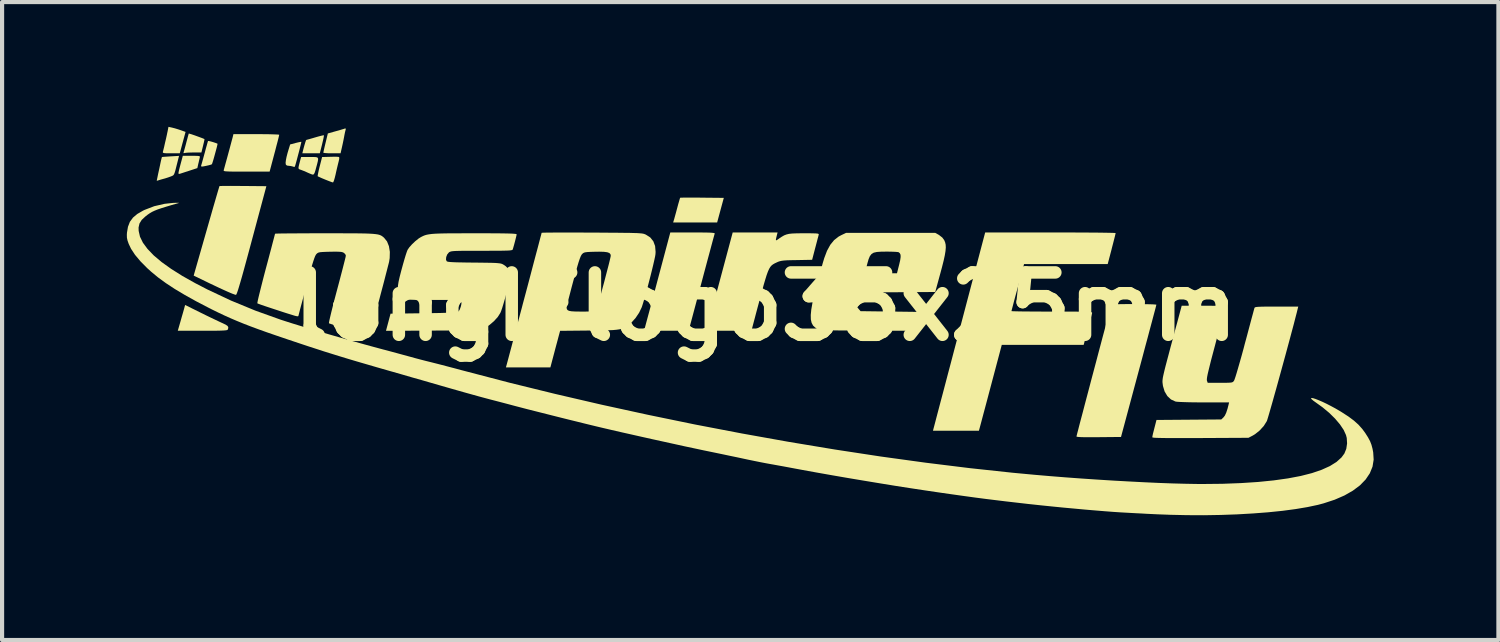
<source format=kicad_pcb>
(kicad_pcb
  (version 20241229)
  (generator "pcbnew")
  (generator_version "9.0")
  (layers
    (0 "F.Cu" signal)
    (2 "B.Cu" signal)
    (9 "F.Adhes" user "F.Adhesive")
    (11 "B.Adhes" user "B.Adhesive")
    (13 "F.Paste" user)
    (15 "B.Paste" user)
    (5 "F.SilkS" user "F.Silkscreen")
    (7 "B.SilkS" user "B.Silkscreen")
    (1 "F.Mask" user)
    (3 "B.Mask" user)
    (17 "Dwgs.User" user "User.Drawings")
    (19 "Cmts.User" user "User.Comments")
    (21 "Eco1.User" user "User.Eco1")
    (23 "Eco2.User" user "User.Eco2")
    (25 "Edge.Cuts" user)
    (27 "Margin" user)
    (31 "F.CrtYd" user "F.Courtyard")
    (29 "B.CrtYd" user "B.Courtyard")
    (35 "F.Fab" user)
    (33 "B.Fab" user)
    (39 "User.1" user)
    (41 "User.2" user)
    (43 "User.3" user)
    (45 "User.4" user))
  (footprint "longIFlogo35x25mm"
    (layer "F.Cu")
    (at 15.362 4.322)
    (property "Reference" "longIFlogo35x25mm" (at 0 0 0) (layer "F.SilkS") (effects (font (size 1.5 1.5) (thickness 0.3))))
    (attr board_only exclude_from_pos_files exclude_from_bom)
    (fp_poly (pts (xy -10.625 -4.098) (xy -10.634 -4.046) (xy -10.651 -3.972) (xy -10.668 -3.899) (xy -10.722 -3.686) (xy -10.932 -3.686) (xy -11.142 -3.686) (xy -11.129 -3.741) (xy -11.111 -3.811) (xy -11.091 -3.883) (xy -11.072 -3.946) (xy -11.057 -3.991) (xy -11.049 -4.006) (xy -11.029 -4.012) (xy -10.978 -4.026) (xy -10.905 -4.047) (xy -10.837 -4.067) (xy -10.753 -4.091) (xy -10.683 -4.109) (xy -10.638 -4.119) (xy -10.624 -4.12)) (stroke (width 0) (type solid)) (fill yes) (layer "F.SilkS"))
    (fp_poly (pts (xy -14.277 -4.304) (xy -14.21 -4.287) (xy -14.128 -4.262) (xy -14.071 -4.243) (xy -13.95 -4.2) (xy -14.02 -3.943) (xy -14.089 -3.686) (xy -14.297 -3.686) (xy -14.391 -3.686) (xy -14.45 -3.689) (xy -14.483 -3.695) (xy -14.496 -3.705) (xy -14.496 -3.72) (xy -14.496 -3.721) (xy -14.483 -3.77) (xy -14.464 -3.847) (xy -14.443 -3.941) (xy -14.42 -4.038) (xy -14.4 -4.129) (xy -14.385 -4.202) (xy -14.383 -4.209) (xy -14.361 -4.322)) (stroke (width 0) (type solid)) (fill yes) (layer "F.SilkS"))
    (fp_poly (pts (xy -1.657 -2.621) (xy -1.528 -2.619) (xy -1.008 -2.614) (xy -1.088 -2.319) (xy -1.168 -2.023) (xy -1.697 -2.023) (xy -2.226 -2.023) (xy -2.212 -2.068) (xy -2.201 -2.104) (xy -2.183 -2.17) (xy -2.159 -2.256) (xy -2.133 -2.354) (xy -2.131 -2.361) (xy -2.106 -2.455) (xy -2.083 -2.534) (xy -2.067 -2.59) (xy -2.058 -2.616) (xy -2.057 -2.617) (xy -2.036 -2.619) (xy -1.98 -2.62) (xy -1.894 -2.621) (xy -1.785 -2.621)) (stroke (width 0) (type solid)) (fill yes) (layer "F.SilkS"))
    (fp_poly (pts (xy -13.713 -3.625) (xy -13.653 -3.623) (xy -13.62 -3.618) (xy -13.606 -3.609) (xy -13.606 -3.593) (xy -13.609 -3.581) (xy -13.62 -3.535) (xy -13.635 -3.469) (xy -13.644 -3.433) (xy -13.667 -3.33) (xy -13.869 -3.264) (xy -13.956 -3.236) (xy -14.029 -3.212) (xy -14.079 -3.196) (xy -14.097 -3.19) (xy -14.12 -3.196) (xy -14.122 -3.206) (xy -14.117 -3.235) (xy -14.104 -3.294) (xy -14.084 -3.372) (xy -14.069 -3.429) (xy -14.016 -3.626) (xy -13.807 -3.626)) (stroke (width 0) (type solid)) (fill yes) (layer "F.SilkS"))
    (fp_poly (pts (xy -10.098 -4.265) (xy -10.103 -4.245) (xy -10.115 -4.198) (xy -10.129 -4.13) (xy -10.137 -4.086) (xy -10.152 -4.008) (xy -10.172 -3.912) (xy -10.19 -3.831) (xy -10.223 -3.686) (xy -10.43 -3.686) (xy -10.515 -3.687) (xy -10.584 -3.691) (xy -10.627 -3.696) (xy -10.637 -3.701) (xy -10.633 -3.725) (xy -10.621 -3.78) (xy -10.603 -3.857) (xy -10.583 -3.94) (xy -10.529 -4.163) (xy -10.348 -4.214) (xy -10.263 -4.237) (xy -10.191 -4.259) (xy -10.141 -4.274) (xy -10.128 -4.279) (xy -10.101 -4.284)) (stroke (width 0) (type solid)) (fill yes) (layer "F.SilkS"))
    (fp_poly (pts (xy -10.809 -3.594) (xy -10.774 -3.581) (xy -10.762 -3.552) (xy -10.769 -3.499) (xy -10.789 -3.417) (xy -10.806 -3.356) (xy -10.83 -3.267) (xy -10.849 -3.211) (xy -10.868 -3.181) (xy -10.888 -3.173) (xy -10.915 -3.179) (xy -10.917 -3.18) (xy -10.952 -3.194) (xy -11.008 -3.218) (xy -11.047 -3.236) (xy -11.113 -3.264) (xy -11.17 -3.286) (xy -11.193 -3.294) (xy -11.219 -3.304) (xy -11.233 -3.32) (xy -11.234 -3.349) (xy -11.223 -3.401) (xy -11.205 -3.472) (xy -11.172 -3.596) (xy -10.964 -3.597) (xy -10.871 -3.597)) (stroke (width 0) (type solid)) (fill yes) (layer "F.SilkS"))
    (fp_poly (pts (xy -11.166 -3.962) (xy -11.169 -3.942) (xy -11.181 -3.891) (xy -11.199 -3.819) (xy -11.221 -3.732) (xy -11.246 -3.639) (xy -11.27 -3.547) (xy -11.292 -3.466) (xy -11.31 -3.403) (xy -11.322 -3.366) (xy -11.323 -3.363) (xy -11.343 -3.359) (xy -11.368 -3.367) (xy -11.421 -3.38) (xy -11.458 -3.384) (xy -11.511 -3.391) (xy -11.538 -3.412) (xy -11.545 -3.456) (xy -11.537 -3.522) (xy -11.522 -3.599) (xy -11.498 -3.692) (xy -11.477 -3.763) (xy -11.435 -3.899) (xy -11.304 -3.934) (xy -11.237 -3.95) (xy -11.188 -3.96) (xy -11.166 -3.962)) (stroke (width 0) (type solid)) (fill yes) (layer "F.SilkS"))
    (fp_poly (pts (xy -13.854 -4.157) (xy -13.807 -4.143) (xy -13.742 -4.121) (xy -13.67 -4.095) (xy -13.599 -4.069) (xy -13.54 -4.047) (xy -13.503 -4.031) (xy -13.495 -4.026) (xy -13.498 -4.003) (xy -13.509 -3.952) (xy -13.526 -3.882) (xy -13.531 -3.861) (xy -13.569 -3.706) (xy -13.754 -3.706) (xy -13.84 -3.704) (xy -13.913 -3.701) (xy -13.962 -3.695) (xy -13.974 -3.692) (xy -13.999 -3.689) (xy -13.997 -3.71) (xy -13.987 -3.742) (xy -13.97 -3.803) (xy -13.948 -3.883) (xy -13.931 -3.949) (xy -13.908 -4.034) (xy -13.89 -4.103) (xy -13.877 -4.148) (xy -13.873 -4.161)) (stroke (width 0) (type solid)) (fill yes) (layer "F.SilkS"))
    (fp_poly (pts (xy -13.586 0.147) (xy -13.462 0.208) (xy -13.34 0.267) (xy -13.229 0.32) (xy -13.136 0.364) (xy -13.07 0.395) (xy -13.066 0.396) (xy -12.987 0.434) (xy -12.942 0.464) (xy -12.923 0.495) (xy -12.927 0.532) (xy -12.933 0.549) (xy -12.94 0.558) (xy -12.957 0.566) (xy -12.988 0.571) (xy -13.037 0.575) (xy -13.108 0.578) (xy -13.206 0.58) (xy -13.334 0.581) (xy -13.497 0.581) (xy -13.541 0.581) (xy -14.137 0.581) (xy -14.069 0.346) (xy -14.041 0.246) (xy -14.014 0.154) (xy -13.993 0.079) (xy -13.981 0.036) (xy -13.961 -0.039)) (stroke (width 0) (type solid)) (fill yes) (layer "F.SilkS"))
    (fp_poly (pts (xy -10.322 -3.603) (xy -10.276 -3.6) (xy -10.265 -3.598) (xy -10.253 -3.582) (xy -10.256 -3.545) (xy -10.271 -3.482) (xy -10.288 -3.414) (xy -10.31 -3.322) (xy -10.333 -3.222) (xy -10.342 -3.18) (xy -10.362 -3.098) (xy -10.381 -3.033) (xy -10.398 -2.993) (xy -10.405 -2.985) (xy -10.432 -2.992) (xy -10.486 -3.012) (xy -10.558 -3.04) (xy -10.595 -3.055) (xy -10.67 -3.086) (xy -10.73 -3.113) (xy -10.766 -3.13) (xy -10.773 -3.134) (xy -10.772 -3.156) (xy -10.762 -3.209) (xy -10.746 -3.285) (xy -10.725 -3.37) (xy -10.667 -3.596) (xy -10.478 -3.601) (xy -10.393 -3.603)) (stroke (width 0) (type solid)) (fill yes) (layer "F.SilkS"))
    (fp_poly (pts (xy -14.146 -3.469) (xy -14.175 -3.354) (xy -14.196 -3.272) (xy -14.213 -3.216) (xy -14.228 -3.18) (xy -14.244 -3.159) (xy -14.264 -3.146) (xy -14.29 -3.135) (xy -14.299 -3.131) (xy -14.365 -3.107) (xy -14.443 -3.082) (xy -14.473 -3.074) (xy -14.538 -3.056) (xy -14.591 -3.04) (xy -14.608 -3.034) (xy -14.637 -3.026) (xy -14.643 -3.028) (xy -14.639 -3.049) (xy -14.628 -3.101) (xy -14.613 -3.174) (xy -14.602 -3.225) (xy -14.581 -3.32) (xy -14.562 -3.41) (xy -14.547 -3.482) (xy -14.542 -3.504) (xy -14.529 -3.558) (xy -14.52 -3.591) (xy -14.518 -3.596) (xy -14.497 -3.599) (xy -14.445 -3.603) (xy -14.37 -3.608) (xy -14.31 -3.612) (xy -14.107 -3.624)) (stroke (width 0) (type solid)) (fill yes) (layer "F.SilkS"))
    (fp_poly (pts (xy -13.39 -3.981) (xy -13.345 -3.971) (xy -13.289 -3.955) (xy -13.234 -3.937) (xy -13.194 -3.922) (xy -13.181 -3.915) (xy -13.186 -3.887) (xy -13.199 -3.831) (xy -13.219 -3.756) (xy -13.242 -3.672) (xy -13.265 -3.588) (xy -13.287 -3.512) (xy -13.305 -3.455) (xy -13.316 -3.425) (xy -13.317 -3.423) (xy -13.342 -3.412) (xy -13.393 -3.398) (xy -13.455 -3.384) (xy -13.515 -3.372) (xy -13.559 -3.366) (xy -13.564 -3.365) (xy -13.577 -3.38) (xy -13.574 -3.395) (xy -13.565 -3.425) (xy -13.548 -3.485) (xy -13.525 -3.568) (xy -13.498 -3.666) (xy -13.488 -3.701) (xy -13.462 -3.8) (xy -13.438 -3.884) (xy -13.421 -3.946) (xy -13.411 -3.979) (xy -13.41 -3.982)) (stroke (width 0) (type solid)) (fill yes) (layer "F.SilkS"))
    (fp_poly (pts (xy -12.105 -4.146) (xy -11.975 -4.145) (xy -11.864 -4.142) (xy -11.778 -4.139) (xy -11.721 -4.136) (xy -11.698 -4.132) (xy -11.698 -4.132) (xy -11.703 -4.109) (xy -11.716 -4.053) (xy -11.737 -3.97) (xy -11.765 -3.865) (xy -11.796 -3.744) (xy -11.813 -3.681) (xy -11.929 -3.245) (xy -12.486 -3.245) (xy -12.65 -3.245) (xy -12.778 -3.246) (xy -12.875 -3.247) (xy -12.944 -3.25) (xy -12.99 -3.253) (xy -13.018 -3.258) (xy -13.031 -3.265) (xy -13.034 -3.274) (xy -13.033 -3.28) (xy -13.023 -3.315) (xy -13.005 -3.38) (xy -12.981 -3.468) (xy -12.952 -3.572) (xy -12.922 -3.683) (xy -12.892 -3.793) (xy -12.865 -3.895) (xy -12.842 -3.981) (xy -12.825 -4.043) (xy -12.82 -4.061) (xy -12.799 -4.147) (xy -12.249 -4.147)) (stroke (width 0) (type solid)) (fill yes) (layer "F.SilkS"))
    (fp_poly (pts (xy -1.589 -1.782) (xy -1.458 -1.781) (xy -1.36 -1.779) (xy -1.292 -1.775) (xy -1.25 -1.77) (xy -1.229 -1.764) (xy -1.226 -1.758) (xy -1.233 -1.734) (xy -1.249 -1.676) (xy -1.274 -1.585) (xy -1.306 -1.466) (xy -1.344 -1.323) (xy -1.389 -1.157) (xy -1.438 -0.974) (xy -1.491 -0.776) (xy -1.544 -0.576) (xy -1.853 0.581) (xy -2.391 0.581) (xy -2.557 0.58) (xy -2.687 0.579) (xy -2.784 0.577) (xy -2.853 0.574) (xy -2.895 0.569) (xy -2.916 0.563) (xy -2.919 0.556) (xy -2.912 0.532) (xy -2.896 0.473) (xy -2.872 0.383) (xy -2.84 0.264) (xy -2.801 0.12) (xy -2.757 -0.045) (xy -2.708 -0.228) (xy -2.655 -0.426) (xy -2.602 -0.626) (xy -2.294 -1.783) (xy -1.756 -1.783)) (stroke (width 0) (type solid)) (fill yes) (layer "F.SilkS"))
    (fp_poly (pts (xy -12.731 -2.901) (xy -12.587 -2.9) (xy -12.567 -2.9) (xy -12.007 -2.895) (xy -12.358 -1.587) (xy -12.43 -1.319) (xy -12.493 -1.087) (xy -12.547 -0.889) (xy -12.593 -0.723) (xy -12.632 -0.588) (xy -12.664 -0.48) (xy -12.689 -0.398) (xy -12.709 -0.34) (xy -12.724 -0.302) (xy -12.735 -0.284) (xy -12.739 -0.282) (xy -12.77 -0.29) (xy -12.828 -0.311) (xy -12.902 -0.342) (xy -12.95 -0.363) (xy -13.032 -0.4) (xy -13.139 -0.449) (xy -13.259 -0.506) (xy -13.382 -0.564) (xy -13.443 -0.594) (xy -13.755 -0.745) (xy -13.448 -1.818) (xy -13.391 -2.017) (xy -13.337 -2.205) (xy -13.288 -2.377) (xy -13.243 -2.531) (xy -13.205 -2.662) (xy -13.174 -2.768) (xy -13.151 -2.845) (xy -13.138 -2.888) (xy -13.134 -2.898) (xy -13.113 -2.899) (xy -13.057 -2.901) (xy -12.971 -2.901) (xy -12.861 -2.902)) (stroke (width 0) (type solid)) (fill yes) (layer "F.SilkS"))
    (fp_poly (pts (xy 8.998 -0.06) (xy 9.126 -0.058) (xy 9.234 -0.056) (xy 9.319 -0.053) (xy 9.374 -0.049) (xy 9.394 -0.045) (xy 9.394 -0.045) (xy 9.388 -0.024) (xy 9.374 0.033) (xy 9.35 0.123) (xy 9.318 0.243) (xy 9.279 0.39) (xy 9.233 0.561) (xy 9.182 0.754) (xy 9.125 0.964) (xy 9.065 1.191) (xy 9.001 1.43) (xy 8.968 1.552) (xy 8.543 3.135) (xy 8.007 3.14) (xy 7.831 3.141) (xy 7.693 3.141) (xy 7.59 3.139) (xy 7.521 3.135) (xy 7.482 3.13) (xy 7.472 3.123) (xy 7.477 3.102) (xy 7.491 3.046) (xy 7.514 2.958) (xy 7.544 2.841) (xy 7.581 2.701) (xy 7.624 2.539) (xy 7.671 2.359) (xy 7.722 2.166) (xy 7.776 1.962) (xy 7.831 1.752) (xy 7.888 1.538) (xy 7.945 1.324) (xy 8 1.114) (xy 8.054 0.911) (xy 8.105 0.718) (xy 8.153 0.54) (xy 8.196 0.38) (xy 8.233 0.242) (xy 8.263 0.128) (xy 8.286 0.042) (xy 8.301 -0.011) (xy 8.305 -0.025) (xy 8.311 -0.036) (xy 8.324 -0.044) (xy 8.35 -0.05) (xy 8.392 -0.054) (xy 8.455 -0.057) (xy 8.543 -0.059) (xy 8.661 -0.06) (xy 8.814 -0.06) (xy 8.855 -0.06)) (stroke (width 0) (type solid)) (fill yes) (layer "F.SilkS"))
    (fp_poly (pts (xy 0.271 -1.728) (xy 0.252 -1.65) (xy 0.244 -1.606) (xy 0.249 -1.592) (xy 0.272 -1.602) (xy 0.316 -1.632) (xy 0.328 -1.641) (xy 0.39 -1.682) (xy 0.444 -1.713) (xy 0.499 -1.734) (xy 0.56 -1.749) (xy 0.637 -1.757) (xy 0.736 -1.761) (xy 0.864 -1.763) (xy 0.922 -1.763) (xy 1.051 -1.763) (xy 1.145 -1.761) (xy 1.209 -1.759) (xy 1.249 -1.755) (xy 1.269 -1.748) (xy 1.276 -1.738) (xy 1.274 -1.728) (xy 1.266 -1.696) (xy 1.249 -1.634) (xy 1.227 -1.549) (xy 1.201 -1.45) (xy 1.19 -1.409) (xy 1.116 -1.125) (xy 0.743 -1.118) (xy 0.611 -1.116) (xy 0.511 -1.113) (xy 0.438 -1.108) (xy 0.383 -1.101) (xy 0.339 -1.091) (xy 0.3 -1.078) (xy 0.258 -1.059) (xy 0.212 -1.037) (xy 0.173 -1.014) (xy 0.139 -0.987) (xy 0.109 -0.952) (xy 0.081 -0.905) (xy 0.053 -0.842) (xy 0.023 -0.76) (xy -0.01 -0.654) (xy -0.049 -0.521) (xy -0.094 -0.358) (xy -0.147 -0.159) (xy -0.148 -0.154) (xy -0.192 0.009) (xy -0.232 0.159) (xy -0.267 0.292) (xy -0.297 0.405) (xy -0.32 0.492) (xy -0.335 0.549) (xy -0.341 0.572) (xy -0.341 0.572) (xy -0.36 0.574) (xy -0.414 0.577) (xy -0.498 0.578) (xy -0.606 0.58) (xy -0.734 0.581) (xy -0.876 0.581) (xy -0.884 0.581) (xy -1.045 0.581) (xy -1.171 0.58) (xy -1.266 0.579) (xy -1.333 0.576) (xy -1.378 0.573) (xy -1.404 0.567) (xy -1.416 0.56) (xy -1.418 0.55) (xy -1.417 0.546) (xy -1.411 0.521) (xy -1.395 0.46) (xy -1.37 0.368) (xy -1.338 0.248) (xy -1.299 0.103) (xy -1.254 -0.064) (xy -1.205 -0.247) (xy -1.152 -0.446) (xy -1.101 -0.636) (xy -0.794 -1.783) (xy -0.255 -1.783) (xy 0.285 -1.783)) (stroke (width 0) (type solid)) (fill yes) (layer "F.SilkS"))
    (fp_poly (pts (xy 7.092 -1.783) (xy 7.327 -1.782) (xy 7.547 -1.781) (xy 7.749 -1.78) (xy 7.929 -1.779) (xy 8.086 -1.777) (xy 8.216 -1.775) (xy 8.316 -1.773) (xy 8.382 -1.771) (xy 8.412 -1.768) (xy 8.414 -1.768) (xy 8.409 -1.745) (xy 8.396 -1.689) (xy 8.375 -1.607) (xy 8.349 -1.505) (xy 8.319 -1.39) (xy 8.319 -1.387) (xy 8.223 -1.022) (xy 7.217 -1.022) (xy 6.211 -1.022) (xy 6.189 -0.936) (xy 6.177 -0.893) (xy 6.157 -0.818) (xy 6.13 -0.717) (xy 6.097 -0.597) (xy 6.062 -0.465) (xy 6.038 -0.377) (xy 6.002 -0.246) (xy 5.97 -0.127) (xy 5.944 -0.027) (xy 5.924 0.049) (xy 5.912 0.096) (xy 5.909 0.109) (xy 5.929 0.111) (xy 5.984 0.113) (xy 6.072 0.115) (xy 6.189 0.117) (xy 6.33 0.118) (xy 6.492 0.119) (xy 6.671 0.12) (xy 6.863 0.12) (xy 6.883 0.12) (xy 7.106 0.12) (xy 7.292 0.121) (xy 7.444 0.121) (xy 7.567 0.122) (xy 7.662 0.124) (xy 7.733 0.126) (xy 7.784 0.129) (xy 7.818 0.133) (xy 7.838 0.138) (xy 7.847 0.145) (xy 7.848 0.152) (xy 7.848 0.155) (xy 7.84 0.185) (xy 7.824 0.247) (xy 7.801 0.334) (xy 7.773 0.439) (xy 7.742 0.556) (xy 7.645 0.921) (xy 6.661 0.921) (xy 5.676 0.921) (xy 5.419 1.888) (xy 5.368 2.08) (xy 5.32 2.262) (xy 5.275 2.43) (xy 5.235 2.579) (xy 5.201 2.707) (xy 5.174 2.809) (xy 5.155 2.88) (xy 5.145 2.917) (xy 5.144 2.92) (xy 5.126 2.985) (xy 4.574 2.985) (xy 4.022 2.985) (xy 4.033 2.94) (xy 4.04 2.915) (xy 4.056 2.854) (xy 4.081 2.759) (xy 4.114 2.632) (xy 4.155 2.477) (xy 4.203 2.294) (xy 4.258 2.088) (xy 4.318 1.86) (xy 4.383 1.612) (xy 4.453 1.348) (xy 4.526 1.069) (xy 4.603 0.778) (xy 4.661 0.556) (xy 5.277 -1.783) (xy 6.845 -1.783)) (stroke (width 0) (type solid)) (fill yes) (layer "F.SilkS"))
    (fp_poly (pts (xy 4.165 -1.723) (xy 4.246 -1.66) (xy 4.293 -1.596) (xy 4.314 -1.544) (xy 4.327 -1.487) (xy 4.33 -1.419) (xy 4.323 -1.336) (xy 4.306 -1.232) (xy 4.278 -1.104) (xy 4.238 -0.945) (xy 4.202 -0.811) (xy 4.076 -0.351) (xy 3.162 -0.345) (xy 2.248 -0.34) (xy 2.216 -0.211) (xy 2.195 -0.12) (xy 2.186 -0.057) (xy 2.191 -0.012) (xy 2.209 0.025) (xy 2.232 0.054) (xy 2.28 0.11) (xy 3.06 0.12) (xy 3.84 0.13) (xy 3.78 0.356) (xy 3.721 0.581) (xy 2.567 0.579) (xy 2.353 0.578) (xy 2.15 0.577) (xy 1.961 0.575) (xy 1.79 0.574) (xy 1.641 0.572) (xy 1.518 0.569) (xy 1.424 0.567) (xy 1.363 0.564) (xy 1.342 0.562) (xy 1.257 0.539) (xy 1.19 0.505) (xy 1.139 0.457) (xy 1.104 0.392) (xy 1.085 0.308) (xy 1.083 0.201) (xy 1.096 0.068) (xy 1.124 -0.092) (xy 1.167 -0.284) (xy 1.225 -0.511) (xy 1.23 -0.531) (xy 1.269 -0.675) (xy 1.307 -0.813) (xy 1.31 -0.824) (xy 2.39 -0.824) (xy 2.399 -0.815) (xy 2.422 -0.809) (xy 2.464 -0.805) (xy 2.531 -0.803) (xy 2.628 -0.802) (xy 2.76 -0.801) (xy 2.769 -0.801) (xy 3.156 -0.801) (xy 3.208 -1.007) (xy 3.233 -1.114) (xy 3.244 -1.192) (xy 3.242 -1.245) (xy 3.225 -1.282) (xy 3.197 -1.307) (xy 3.17 -1.312) (xy 3.111 -1.317) (xy 3.028 -1.32) (xy 2.929 -1.322) (xy 2.909 -1.322) (xy 2.773 -1.32) (xy 2.671 -1.313) (xy 2.596 -1.296) (xy 2.543 -1.263) (xy 2.504 -1.212) (xy 2.473 -1.138) (xy 2.444 -1.037) (xy 2.435 -1.002) (xy 2.416 -0.929) (xy 2.4 -0.869) (xy 2.391 -0.836) (xy 2.39 -0.824) (xy 1.31 -0.824) (xy 1.342 -0.938) (xy 1.371 -1.045) (xy 1.395 -1.124) (xy 1.406 -1.162) (xy 1.474 -1.342) (xy 1.553 -1.486) (xy 1.645 -1.599) (xy 1.754 -1.684) (xy 1.822 -1.72) (xy 1.933 -1.773) (xy 3.005 -1.773) (xy 4.076 -1.773)) (stroke (width 0) (type solid)) (fill yes) (layer "F.SilkS"))
    (fp_poly (pts (xy -10.337 -1.763) (xy -10.115 -1.762) (xy -9.926 -1.762) (xy -9.767 -1.76) (xy -9.636 -1.758) (xy -9.53 -1.754) (xy -9.444 -1.749) (xy -9.377 -1.742) (xy -9.324 -1.734) (xy -9.284 -1.723) (xy -9.252 -1.71) (xy -9.225 -1.694) (xy -9.201 -1.675) (xy -9.177 -1.655) (xy -9.106 -1.567) (xy -9.06 -1.452) (xy -9.038 -1.316) (xy -9.042 -1.166) (xy -9.056 -1.078) (xy -9.066 -1.037) (xy -9.085 -0.964) (xy -9.111 -0.862) (xy -9.143 -0.739) (xy -9.179 -0.598) (xy -9.219 -0.447) (xy -9.261 -0.289) (xy -9.302 -0.131) (xy -9.343 0.021) (xy -9.381 0.163) (xy -9.415 0.289) (xy -9.443 0.393) (xy -9.464 0.47) (xy -9.466 0.476) (xy -9.496 0.581) (xy -9.691 0.579) (xy -9.776 0.578) (xy -9.847 0.576) (xy -9.894 0.573) (xy -9.906 0.571) (xy -9.931 0.563) (xy -9.988 0.548) (xy -10.069 0.526) (xy -10.166 0.5) (xy -10.206 0.49) (xy -10.307 0.462) (xy -10.394 0.438) (xy -10.46 0.417) (xy -10.497 0.404) (xy -10.502 0.401) (xy -10.501 0.379) (xy -10.49 0.323) (xy -10.47 0.236) (xy -10.443 0.123) (xy -10.409 -0.012) (xy -10.37 -0.164) (xy -10.326 -0.331) (xy -10.307 -0.402) (xy -10.261 -0.574) (xy -10.219 -0.735) (xy -10.181 -0.88) (xy -10.149 -1.005) (xy -10.123 -1.107) (xy -10.105 -1.18) (xy -10.097 -1.22) (xy -10.096 -1.226) (xy -10.111 -1.262) (xy -10.145 -1.293) (xy -10.172 -1.306) (xy -10.21 -1.315) (xy -10.266 -1.319) (xy -10.347 -1.321) (xy -10.461 -1.319) (xy -10.475 -1.319) (xy -10.587 -1.316) (xy -10.666 -1.312) (xy -10.719 -1.307) (xy -10.755 -1.298) (xy -10.78 -1.285) (xy -10.801 -1.266) (xy -10.805 -1.262) (xy -10.82 -1.241) (xy -10.837 -1.207) (xy -10.857 -1.155) (xy -10.881 -1.083) (xy -10.911 -0.986) (xy -10.946 -0.861) (xy -10.99 -0.705) (xy -11.041 -0.514) (xy -11.046 -0.498) (xy -11.089 -0.335) (xy -11.129 -0.185) (xy -11.165 -0.051) (xy -11.195 0.061) (xy -11.217 0.148) (xy -11.232 0.206) (xy -11.238 0.229) (xy -11.238 0.229) (xy -11.254 0.234) (xy -11.293 0.228) (xy -11.335 0.217) (xy -11.405 0.195) (xy -11.496 0.167) (xy -11.603 0.133) (xy -11.717 0.095) (xy -11.834 0.057) (xy -11.946 0.02) (xy -12.048 -0.014) (xy -12.132 -0.043) (xy -12.192 -0.065) (xy -12.222 -0.077) (xy -12.224 -0.078) (xy -12.222 -0.1) (xy -12.211 -0.156) (xy -12.191 -0.243) (xy -12.163 -0.356) (xy -12.129 -0.492) (xy -12.09 -0.646) (xy -12.046 -0.815) (xy -12.019 -0.917) (xy -11.972 -1.092) (xy -11.929 -1.255) (xy -11.89 -1.401) (xy -11.857 -1.528) (xy -11.83 -1.63) (xy -11.811 -1.703) (xy -11.8 -1.745) (xy -11.799 -1.752) (xy -11.779 -1.754) (xy -11.723 -1.756) (xy -11.634 -1.758) (xy -11.515 -1.759) (xy -11.37 -1.76) (xy -11.202 -1.761) (xy -11.015 -1.762) (xy -10.812 -1.763) (xy -10.597 -1.763)) (stroke (width 0) (type solid)) (fill yes) (layer "F.SilkS"))
    (fp_poly (pts (xy 10.69 -0.02) (xy 10.814 -0.019) (xy 10.906 -0.018) (xy 10.972 -0.015) (xy 11.014 -0.011) (xy 11.039 -0.006) (xy 11.049 0.002) (xy 11.051 0.012) (xy 11.05 0.015) (xy 11.042 0.041) (xy 11.026 0.102) (xy 11.001 0.193) (xy 10.97 0.311) (xy 10.932 0.45) (xy 10.89 0.608) (xy 10.844 0.779) (xy 10.815 0.889) (xy 10.759 1.1) (xy 10.712 1.277) (xy 10.676 1.421) (xy 10.648 1.535) (xy 10.627 1.624) (xy 10.614 1.69) (xy 10.608 1.737) (xy 10.607 1.767) (xy 10.609 1.78) (xy 10.628 1.833) (xy 10.926 1.833) (xy 11.041 1.833) (xy 11.122 1.831) (xy 11.177 1.828) (xy 11.213 1.822) (xy 11.235 1.811) (xy 11.251 1.795) (xy 11.26 1.783) (xy 11.273 1.753) (xy 11.295 1.689) (xy 11.324 1.595) (xy 11.359 1.475) (xy 11.4 1.333) (xy 11.445 1.174) (xy 11.492 1.002) (xy 11.518 0.901) (xy 11.566 0.725) (xy 11.61 0.559) (xy 11.65 0.409) (xy 11.685 0.278) (xy 11.714 0.172) (xy 11.735 0.093) (xy 11.748 0.046) (xy 11.751 0.035) (xy 11.757 0.024) (xy 11.77 0.016) (xy 11.796 0.01) (xy 11.838 0.006) (xy 11.902 0.003) (xy 11.992 0.001) (xy 12.112 0.000217) (xy 12.268 0.000001) (xy 12.283 0) (xy 12.805 0) (xy 12.791 0.055) (xy 12.768 0.149) (xy 12.736 0.271) (xy 12.699 0.416) (xy 12.655 0.58) (xy 12.607 0.76) (xy 12.555 0.952) (xy 12.501 1.152) (xy 12.445 1.356) (xy 12.389 1.56) (xy 12.334 1.76) (xy 12.281 1.952) (xy 12.23 2.133) (xy 12.184 2.298) (xy 12.142 2.444) (xy 12.107 2.566) (xy 12.079 2.661) (xy 12.059 2.726) (xy 12.049 2.754) (xy 11.977 2.869) (xy 11.878 2.978) (xy 11.766 3.068) (xy 11.713 3.1) (xy 11.608 3.155) (xy 10.451 3.161) (xy 10.19 3.162) (xy 9.966 3.162) (xy 9.779 3.162) (xy 9.625 3.161) (xy 9.504 3.159) (xy 9.412 3.157) (xy 9.348 3.154) (xy 9.309 3.149) (xy 9.295 3.144) (xy 9.295 3.144) (xy 9.299 3.115) (xy 9.311 3.058) (xy 9.334 2.968) (xy 9.366 2.843) (xy 9.377 2.8) (xy 9.396 2.726) (xy 10.175 2.72) (xy 10.954 2.714) (xy 11.006 2.665) (xy 11.041 2.62) (xy 11.073 2.551) (xy 11.105 2.453) (xy 11.129 2.359) (xy 11.142 2.304) (xy 10.534 2.304) (xy 10.357 2.303) (xy 10.2 2.301) (xy 10.066 2.297) (xy 9.96 2.293) (xy 9.885 2.288) (xy 9.85 2.282) (xy 9.744 2.233) (xy 9.657 2.151) (xy 9.592 2.042) (xy 9.552 1.91) (xy 9.544 1.85) (xy 9.541 1.826) (xy 9.54 1.803) (xy 9.541 1.777) (xy 9.544 1.747) (xy 9.549 1.709) (xy 9.559 1.66) (xy 9.573 1.598) (xy 9.592 1.518) (xy 9.617 1.419) (xy 9.649 1.298) (xy 9.688 1.151) (xy 9.734 0.976) (xy 9.79 0.77) (xy 9.854 0.53) (xy 9.896 0.376) (xy 10.002 -0.02) (xy 10.531 -0.02)) (stroke (width 0) (type solid)) (fill yes) (layer "F.SilkS"))
    (fp_poly (pts (xy -6.771 -1.763) (xy -6.572 -1.762) (xy -6.407 -1.761) (xy -6.275 -1.759) (xy -6.171 -1.757) (xy -6.093 -1.754) (xy -6.04 -1.75) (xy -6.006 -1.746) (xy -5.991 -1.74) (xy -5.989 -1.737) (xy -5.994 -1.708) (xy -6.008 -1.651) (xy -6.027 -1.575) (xy -6.049 -1.492) (xy -6.072 -1.411) (xy -6.082 -1.377) (xy -6.087 -1.368) (xy -6.098 -1.361) (xy -6.12 -1.355) (xy -6.157 -1.35) (xy -6.211 -1.347) (xy -6.288 -1.345) (xy -6.39 -1.343) (xy -6.521 -1.343) (xy -6.687 -1.342) (xy -6.829 -1.342) (xy -7.021 -1.342) (xy -7.176 -1.342) (xy -7.3 -1.341) (xy -7.396 -1.339) (xy -7.468 -1.337) (xy -7.521 -1.333) (xy -7.558 -1.328) (xy -7.583 -1.321) (xy -7.602 -1.313) (xy -7.617 -1.303) (xy -7.619 -1.301) (xy -7.659 -1.253) (xy -7.683 -1.191) (xy -7.688 -1.131) (xy -7.673 -1.093) (xy -7.66 -1.084) (xy -7.633 -1.077) (xy -7.589 -1.072) (xy -7.524 -1.068) (xy -7.433 -1.064) (xy -7.314 -1.062) (xy -7.161 -1.059) (xy -7.014 -1.058) (xy -6.837 -1.056) (xy -6.695 -1.054) (xy -6.585 -1.052) (xy -6.5 -1.049) (xy -6.437 -1.044) (xy -6.392 -1.039) (xy -6.359 -1.032) (xy -6.334 -1.023) (xy -6.313 -1.012) (xy -6.312 -1.012) (xy -6.248 -0.968) (xy -6.202 -0.919) (xy -6.172 -0.861) (xy -6.158 -0.788) (xy -6.16 -0.695) (xy -6.177 -0.578) (xy -6.208 -0.431) (xy -6.238 -0.31) (xy -6.271 -0.187) (xy -6.305 -0.071) (xy -6.336 0.031) (xy -6.363 0.11) (xy -6.381 0.152) (xy -6.444 0.251) (xy -6.534 0.35) (xy -6.639 0.44) (xy -6.749 0.509) (xy -6.766 0.517) (xy -6.881 0.571) (xy -8.006 0.577) (xy -9.131 0.583) (xy -9.076 0.377) (xy -9.021 0.17) (xy -8.231 0.16) (xy -8.011 0.157) (xy -7.829 0.154) (xy -7.682 0.149) (xy -7.568 0.145) (xy -7.485 0.14) (xy -7.43 0.134) (xy -7.401 0.127) (xy -7.399 0.126) (xy -7.362 0.083) (xy -7.333 0.005) (xy -7.331 -0.003) (xy -7.321 -0.045) (xy -7.316 -0.079) (xy -7.32 -0.105) (xy -7.336 -0.125) (xy -7.368 -0.14) (xy -7.42 -0.149) (xy -7.496 -0.156) (xy -7.599 -0.159) (xy -7.733 -0.16) (xy -7.902 -0.16) (xy -7.986 -0.16) (xy -8.177 -0.161) (xy -8.332 -0.162) (xy -8.456 -0.166) (xy -8.552 -0.172) (xy -8.626 -0.181) (xy -8.682 -0.194) (xy -8.723 -0.212) (xy -8.755 -0.235) (xy -8.781 -0.263) (xy -8.794 -0.281) (xy -8.822 -0.326) (xy -8.839 -0.374) (xy -8.847 -0.431) (xy -8.843 -0.502) (xy -8.829 -0.594) (xy -8.803 -0.71) (xy -8.765 -0.858) (xy -8.753 -0.902) (xy -8.719 -1.026) (xy -8.686 -1.141) (xy -8.656 -1.24) (xy -8.631 -1.315) (xy -8.614 -1.359) (xy -8.613 -1.362) (xy -8.57 -1.425) (xy -8.504 -1.499) (xy -8.427 -1.572) (xy -8.35 -1.634) (xy -8.313 -1.658) (xy -8.274 -1.68) (xy -8.235 -1.699) (xy -8.195 -1.715) (xy -8.149 -1.728) (xy -8.094 -1.738) (xy -8.025 -1.747) (xy -7.94 -1.753) (xy -7.835 -1.757) (xy -7.706 -1.76) (xy -7.55 -1.762) (xy -7.363 -1.762) (xy -7.141 -1.763) (xy -7.007 -1.763)) (stroke (width 0) (type solid)) (fill yes) (layer "F.SilkS"))
    (fp_poly (pts (xy -4.604 -1.78) (xy -4.401 -1.78) (xy -4.186 -1.779) (xy -4.182 -1.779) (xy -3.931 -1.778) (xy -3.718 -1.776) (xy -3.538 -1.775) (xy -3.389 -1.773) (xy -3.267 -1.772) (xy -3.169 -1.769) (xy -3.092 -1.767) (xy -3.032 -1.763) (xy -2.987 -1.759) (xy -2.953 -1.754) (xy -2.927 -1.748) (xy -2.906 -1.74) (xy -2.886 -1.732) (xy -2.884 -1.731) (xy -2.777 -1.663) (xy -2.703 -1.571) (xy -2.66 -1.456) (xy -2.648 -1.316) (xy -2.651 -1.262) (xy -2.659 -1.21) (xy -2.677 -1.126) (xy -2.702 -1.016) (xy -2.733 -0.887) (xy -2.768 -0.746) (xy -2.806 -0.599) (xy -2.844 -0.453) (xy -2.882 -0.314) (xy -2.917 -0.189) (xy -2.949 -0.084) (xy -2.974 -0.005) (xy -2.982 0.018) (xy -3.044 0.147) (xy -3.128 0.272) (xy -3.223 0.378) (xy -3.274 0.422) (xy -3.324 0.459) (xy -3.369 0.489) (xy -3.413 0.514) (xy -3.462 0.533) (xy -3.519 0.547) (xy -3.59 0.557) (xy -3.678 0.565) (xy -3.79 0.569) (xy -3.928 0.573) (xy -4.099 0.575) (xy -4.25 0.576) (xy -4.944 0.583) (xy -4.983 0.727) (xy -5.002 0.8) (xy -5.029 0.9) (xy -5.06 1.015) (xy -5.091 1.134) (xy -5.1 1.167) (xy -5.178 1.462) (xy -5.712 1.462) (xy -6.247 1.462) (xy -6.229 1.397) (xy -6.197 1.278) (xy -6.159 1.135) (xy -6.115 0.97) (xy -6.067 0.788) (xy -6.014 0.591) (xy -5.959 0.383) (xy -5.902 0.168) (xy -5.862 0.019) (xy -4.788 0.019) (xy -4.783 0.057) (xy -4.766 0.083) (xy -4.73 0.102) (xy -4.671 0.113) (xy -4.584 0.118) (xy -4.462 0.12) (xy -4.446 0.12) (xy -4.335 0.12) (xy -4.257 0.118) (xy -4.203 0.114) (xy -4.167 0.106) (xy -4.141 0.094) (xy -4.117 0.074) (xy -4.106 0.065) (xy -4.088 0.047) (xy -4.071 0.024) (xy -4.055 -0.009) (xy -4.036 -0.055) (xy -4.015 -0.12) (xy -3.989 -0.207) (xy -3.957 -0.32) (xy -3.918 -0.466) (xy -3.885 -0.588) (xy -3.846 -0.738) (xy -3.81 -0.876) (xy -3.778 -0.998) (xy -3.753 -1.099) (xy -3.736 -1.173) (xy -3.727 -1.216) (xy -3.726 -1.223) (xy -3.734 -1.261) (xy -3.761 -1.289) (xy -3.812 -1.307) (xy -3.89 -1.317) (xy -4.001 -1.32) (xy -4.095 -1.319) (xy -4.205 -1.316) (xy -4.282 -1.312) (xy -4.334 -1.306) (xy -4.368 -1.297) (xy -4.393 -1.283) (xy -4.415 -1.263) (xy -4.416 -1.262) (xy -4.432 -1.24) (xy -4.45 -1.205) (xy -4.471 -1.152) (xy -4.496 -1.078) (xy -4.526 -0.979) (xy -4.562 -0.85) (xy -4.607 -0.688) (xy -4.627 -0.615) (xy -4.667 -0.466) (xy -4.703 -0.327) (xy -4.735 -0.205) (xy -4.76 -0.105) (xy -4.778 -0.031) (xy -4.787 0.012) (xy -4.788 0.019) (xy -5.862 0.019) (xy -5.844 -0.052) (xy -5.785 -0.272) (xy -5.727 -0.49) (xy -5.671 -0.702) (xy -5.618 -0.904) (xy -5.568 -1.094) (xy -5.522 -1.267) (xy -5.481 -1.42) (xy -5.447 -1.55) (xy -5.42 -1.654) (xy -5.4 -1.727) (xy -5.39 -1.768) (xy -5.388 -1.774) (xy -5.369 -1.776) (xy -5.313 -1.778) (xy -5.224 -1.779) (xy -5.105 -1.78) (xy -4.96 -1.78) (xy -4.792 -1.78)) (stroke (width 0) (type solid)) (fill yes) (layer "F.SilkS"))
    (fp_poly (pts (xy -14.108 -2.494) (xy -14.112 -2.491) (xy -14.286 -2.441) (xy -14.426 -2.399) (xy -14.538 -2.364) (xy -14.628 -2.333) (xy -14.699 -2.304) (xy -14.758 -2.276) (xy -14.81 -2.245) (xy -14.86 -2.211) (xy -14.912 -2.17) (xy -14.916 -2.167) (xy -15.005 -2.084) (xy -15.058 -1.998) (xy -15.08 -1.902) (xy -15.078 -1.821) (xy -15.046 -1.68) (xy -14.975 -1.535) (xy -14.864 -1.385) (xy -14.715 -1.23) (xy -14.526 -1.071) (xy -14.297 -0.907) (xy -14.029 -0.738) (xy -13.721 -0.565) (xy -13.426 -0.412) (xy -12.854 -0.143) (xy -12.269 0.098) (xy -11.663 0.315) (xy -11.558 0.349) (xy -11.392 0.402) (xy -11.193 0.463) (xy -10.968 0.531) (xy -10.723 0.603) (xy -10.465 0.678) (xy -10.2 0.754) (xy -9.934 0.83) (xy -9.674 0.902) (xy -9.426 0.97) (xy -9.196 1.032) (xy -9.164 1.04) (xy -9.025 1.077) (xy -8.87 1.119) (xy -8.716 1.161) (xy -8.58 1.198) (xy -8.553 1.205) (xy -8.431 1.239) (xy -8.303 1.273) (xy -8.183 1.304) (xy -8.086 1.328) (xy -8.073 1.331) (xy -8.006 1.348) (xy -7.907 1.373) (xy -7.782 1.405) (xy -7.638 1.443) (xy -7.481 1.484) (xy -7.318 1.528) (xy -7.241 1.548) (xy -6.162 1.83) (xy -5.063 2.1) (xy -3.951 2.358) (xy -2.828 2.603) (xy -1.701 2.835) (xy -0.573 3.051) (xy 0.55 3.252) (xy 1.665 3.437) (xy 2.766 3.605) (xy 3.849 3.754) (xy 4.91 3.885) (xy 5.944 3.996) (xy 6.47 4.045) (xy 6.831 4.076) (xy 7.206 4.106) (xy 7.588 4.134) (xy 7.974 4.16) (xy 8.358 4.184) (xy 8.735 4.205) (xy 9.1 4.224) (xy 9.449 4.24) (xy 9.776 4.252) (xy 10.076 4.26) (xy 10.345 4.265) (xy 10.507 4.266) (xy 10.985 4.261) (xy 11.429 4.244) (xy 11.84 4.217) (xy 12.217 4.179) (xy 12.558 4.131) (xy 12.864 4.073) (xy 13.134 4.004) (xy 13.368 3.924) (xy 13.565 3.835) (xy 13.724 3.736) (xy 13.845 3.627) (xy 13.914 3.533) (xy 13.96 3.42) (xy 13.979 3.291) (xy 13.971 3.159) (xy 13.953 3.089) (xy 13.897 2.966) (xy 13.807 2.832) (xy 13.69 2.694) (xy 13.549 2.555) (xy 13.388 2.421) (xy 13.243 2.317) (xy 13.168 2.263) (xy 13.125 2.226) (xy 13.112 2.204) (xy 13.126 2.197) (xy 13.163 2.203) (xy 13.22 2.221) (xy 13.294 2.25) (xy 13.383 2.288) (xy 13.482 2.335) (xy 13.589 2.39) (xy 13.7 2.45) (xy 13.813 2.516) (xy 13.852 2.54) (xy 14.014 2.645) (xy 14.145 2.743) (xy 14.253 2.84) (xy 14.344 2.942) (xy 14.414 3.037) (xy 14.482 3.144) (xy 14.531 3.235) (xy 14.565 3.322) (xy 14.591 3.42) (xy 14.607 3.505) (xy 14.618 3.68) (xy 14.591 3.848) (xy 14.526 4.008) (xy 14.425 4.158) (xy 14.289 4.298) (xy 14.118 4.426) (xy 13.915 4.542) (xy 13.68 4.644) (xy 13.415 4.731) (xy 13.276 4.768) (xy 13.026 4.821) (xy 12.741 4.869) (xy 12.425 4.911) (xy 12.083 4.946) (xy 11.718 4.974) (xy 11.336 4.996) (xy 10.94 5.01) (xy 10.535 5.017) (xy 10.125 5.015) (xy 9.715 5.006) (xy 9.695 5.005) (xy 9.561 5) (xy 9.424 4.995) (xy 9.297 4.989) (xy 9.191 4.984) (xy 9.134 4.981) (xy 9.034 4.975) (xy 8.91 4.969) (xy 8.782 4.962) (xy 8.694 4.957) (xy 8.546 4.949) (xy 8.365 4.937) (xy 8.155 4.921) (xy 7.924 4.902) (xy 7.675 4.881) (xy 7.417 4.857) (xy 7.154 4.833) (xy 6.892 4.807) (xy 6.638 4.781) (xy 6.396 4.755) (xy 6.32 4.747) (xy 6.042 4.715) (xy 5.782 4.685) (xy 5.535 4.655) (xy 5.292 4.625) (xy 5.046 4.593) (xy 4.791 4.558) (xy 4.52 4.52) (xy 4.225 4.478) (xy 3.9 4.43) (xy 3.806 4.416) (xy 3.482 4.367) (xy 3.128 4.312) (xy 2.754 4.251) (xy 2.367 4.187) (xy 1.979 4.122) (xy 1.597 4.056) (xy 1.23 3.991) (xy 0.889 3.929) (xy 0.711 3.896) (xy 0.573 3.87) (xy 0.428 3.843) (xy 0.289 3.818) (xy 0.168 3.796) (xy 0.11 3.786) (xy 0.001 3.766) (xy -0.133 3.74) (xy -0.276 3.711) (xy -0.413 3.683) (xy -0.451 3.675) (xy -0.562 3.651) (xy -0.702 3.621) (xy -0.862 3.588) (xy -1.032 3.552) (xy -1.201 3.517) (xy -1.312 3.494) (xy -1.492 3.457) (xy -1.702 3.412) (xy -1.938 3.362) (xy -2.191 3.306) (xy -2.455 3.248) (xy -2.724 3.189) (xy -2.992 3.129) (xy -3.253 3.07) (xy -3.498 3.015) (xy -3.723 2.963) (xy -3.92 2.917) (xy -4.059 2.884) (xy -4.195 2.851) (xy -4.359 2.811) (xy -4.544 2.765) (xy -4.744 2.716) (xy -4.952 2.664) (xy -5.162 2.611) (xy -5.368 2.559) (xy -5.562 2.51) (xy -5.74 2.465) (xy -5.893 2.425) (xy -6.016 2.393) (xy -6.05 2.384) (xy -6.192 2.346) (xy -6.344 2.306) (xy -6.493 2.267) (xy -6.625 2.233) (xy -6.711 2.21) (xy -6.797 2.187) (xy -6.915 2.155) (xy -7.058 2.115) (xy -7.217 2.071) (xy -7.386 2.023) (xy -7.558 1.974) (xy -7.642 1.95) (xy -7.83 1.896) (xy -8.045 1.834) (xy -8.276 1.767) (xy -8.513 1.7) (xy -8.743 1.633) (xy -8.956 1.572) (xy -9.034 1.55) (xy -9.331 1.465) (xy -9.595 1.388) (xy -9.832 1.319) (xy -10.047 1.255) (xy -10.247 1.194) (xy -10.437 1.135) (xy -10.623 1.077) (xy -10.81 1.016) (xy -11.005 0.953) (xy -11.188 0.892) (xy -11.487 0.792) (xy -11.752 0.702) (xy -11.987 0.621) (xy -12.197 0.546) (xy -12.386 0.476) (xy -12.559 0.409) (xy -12.718 0.344) (xy -12.87 0.279) (xy -13.017 0.213) (xy -13.165 0.143) (xy -13.318 0.068) (xy -13.391 0.031) (xy -13.698 -0.129) (xy -13.969 -0.28) (xy -14.21 -0.424) (xy -14.423 -0.564) (xy -14.612 -0.702) (xy -14.78 -0.841) (xy -14.874 -0.926) (xy -15.037 -1.091) (xy -15.165 -1.244) (xy -15.26 -1.388) (xy -15.317 -1.507) (xy -15.346 -1.589) (xy -15.36 -1.655) (xy -15.362 -1.725) (xy -15.359 -1.777) (xy -15.335 -1.919) (xy -15.289 -2.038) (xy -15.215 -2.139) (xy -15.111 -2.227) (xy -14.971 -2.308) (xy -14.933 -2.326) (xy -14.703 -2.414) (xy -14.455 -2.471) (xy -14.253 -2.493) (xy -14.179 -2.496) (xy -14.129 -2.496)) (stroke (width 0) (type solid)) (fill yes) (layer "F.SilkS")))
  (gr_rect
    (start -3 -3)
    (end 32.98 12.339)
    (stroke (width 0.1) (type default))
    (fill no)
    (layer "Edge.Cuts")))
</source>
